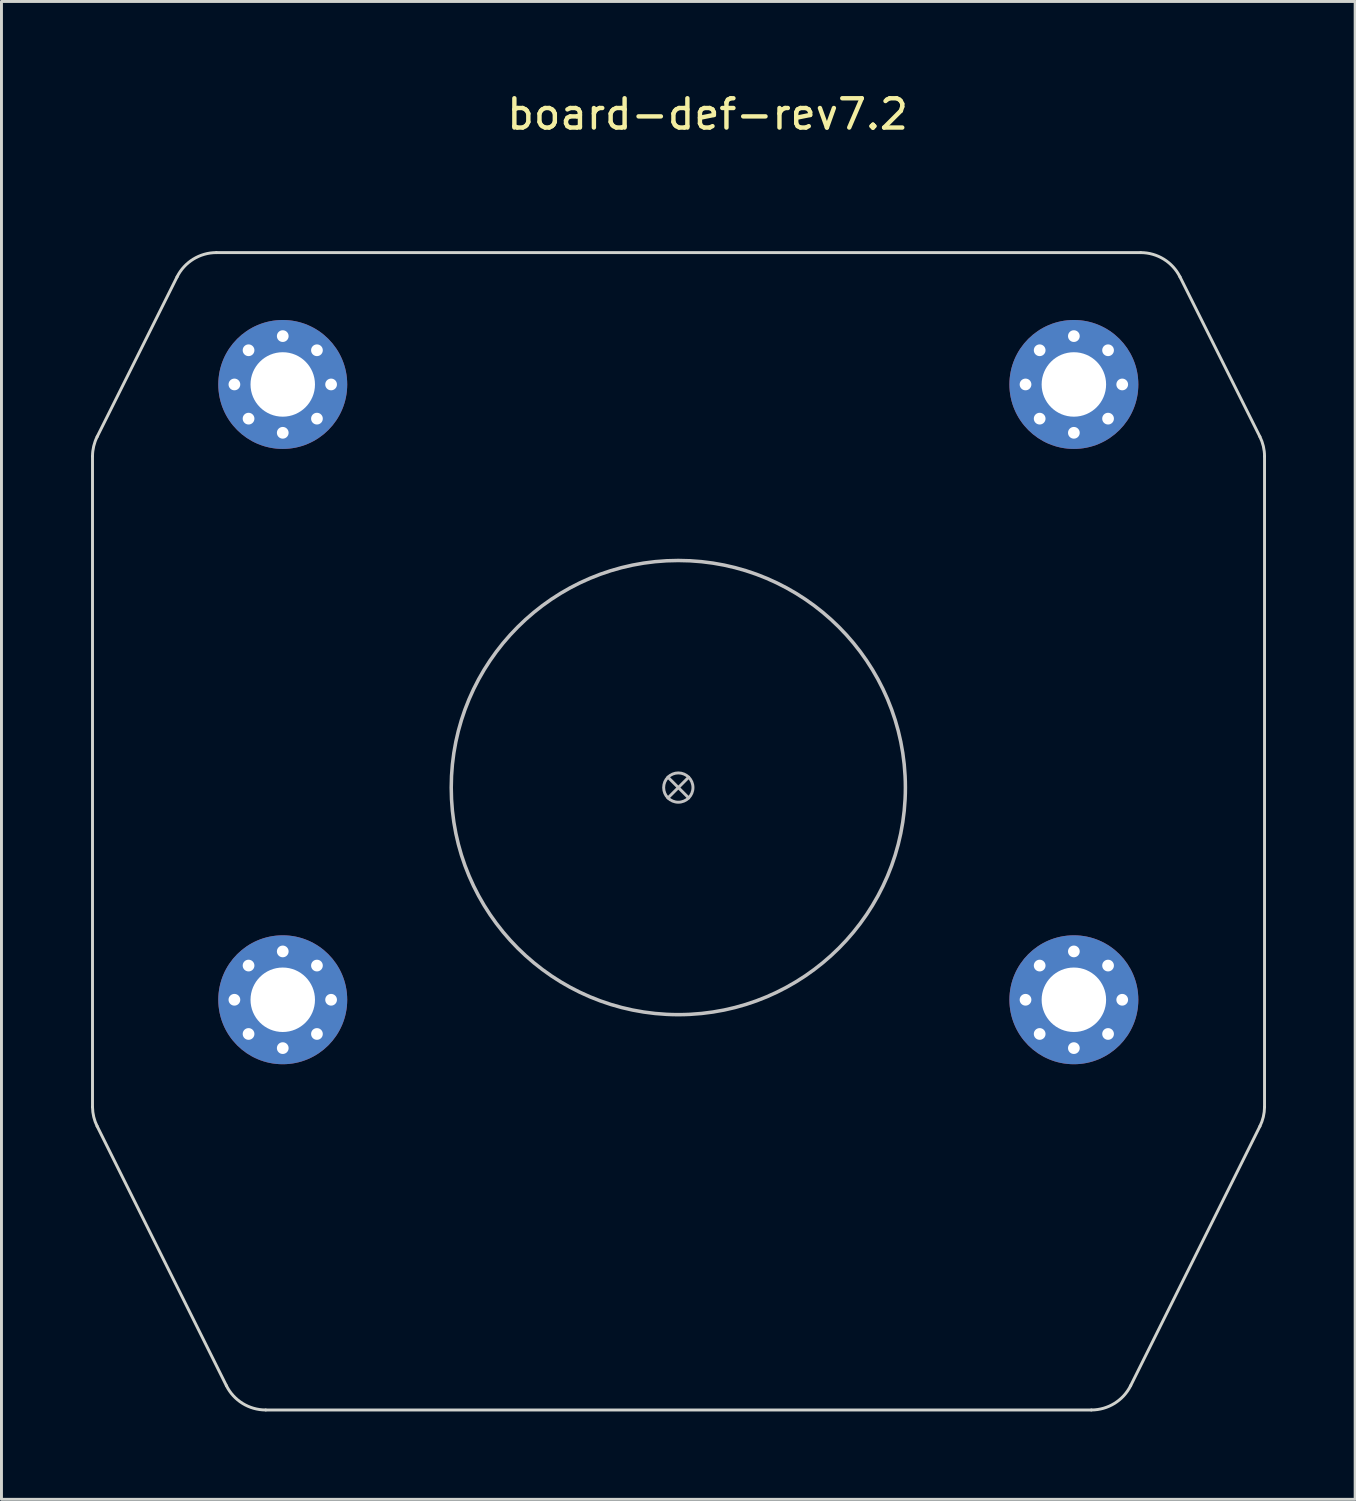
<source format=kicad_pcb>
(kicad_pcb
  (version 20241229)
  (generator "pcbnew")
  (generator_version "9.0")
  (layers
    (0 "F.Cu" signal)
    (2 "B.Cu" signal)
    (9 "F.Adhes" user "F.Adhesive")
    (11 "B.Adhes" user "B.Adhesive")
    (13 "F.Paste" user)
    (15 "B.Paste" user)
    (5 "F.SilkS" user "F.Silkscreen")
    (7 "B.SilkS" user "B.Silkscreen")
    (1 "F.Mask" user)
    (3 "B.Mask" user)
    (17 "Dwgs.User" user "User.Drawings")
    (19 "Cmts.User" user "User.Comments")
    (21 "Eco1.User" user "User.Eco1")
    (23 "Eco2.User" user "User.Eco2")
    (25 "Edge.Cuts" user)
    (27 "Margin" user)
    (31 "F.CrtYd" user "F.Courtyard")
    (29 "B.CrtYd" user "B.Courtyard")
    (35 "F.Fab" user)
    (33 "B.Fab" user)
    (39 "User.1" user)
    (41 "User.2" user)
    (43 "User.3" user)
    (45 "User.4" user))
  (footprint "board-def-rev7.2"
    (layer "F.Cu")
    (at 20.1 20.348)
    (property "Reference" "board-def-rev7.2" (at 1 -19.5 0) (unlocked yes) (layer "F.SilkS") (effects (font (size 1 1) (thickness 0.15))))
    (fp_line (start -20 11.204) (end -20 -7.823) (stroke (width 0.2) (type solid)) (layer "B.Mask"))
    (fp_line (start -20 -7.856) (end -16.495 -8.559) (stroke (width 0.2) (type solid)) (layer "B.Mask"))
    (fp_line (start -15.231 12.161) (end -20 11.204) (stroke (width 0.2) (type solid)) (layer "B.Mask"))
    (fp_line (start 15.231 12.161) (end 20 11.204) (stroke (width 0.2) (type solid)) (layer "B.Mask"))
    (fp_line (start 20 -7.856) (end 16.495 -8.559) (stroke (width 0.2) (type solid)) (layer "B.Mask"))
    (fp_line (start 20 11.204) (end 20 -7.823) (stroke (width 0.2) (type solid)) (layer "B.Mask"))
    (fp_arc (start -15.504768 -9.255448) (mid -15.926354 -8.802664) (end -16.494817 -8.558538) (stroke (width 0.2) (type solid)) (layer "B.Mask"))
    (fp_arc (start -15.504768 -9.255448) (mid -13.434456 -12.525967) (end -11.558123 -9.140431) (stroke (width 0.2) (type solid)) (layer "B.Mask"))
    (fp_arc (start -12.371274 8.780971) (mid -11.445075 9.823387) (end -11.31099 11.21137) (stroke (width 0.2) (type solid)) (layer "B.Mask"))
    (fp_arc (start -12.363907 8.780969) (mid -11.784117 12.178497) (end -15.230714 12.160831) (stroke (width 0.2) (type solid)) (layer "B.Mask"))
    (fp_arc (start -12.363907 8.780969) (mid -10.480462 -2.821998) (end -0.000001 -8.145168) (stroke (width 0.2) (type solid)) (layer "B.Mask"))
    (fp_arc (start -9.418665 -8.688178) (mid -10.586236 -8.451445) (end -11.558123 -9.140431) (stroke (width 0.2) (type solid)) (layer "B.Mask"))
    (fp_arc (start -9.418665 -8.688178) (mid -4.935967 -10.888551) (end -0.000001 -11.645168) (stroke (width 0.2) (type solid)) (layer "B.Mask"))
    (fp_arc (start -0.000001 -11.645168) (mid 4.935965 -10.888551) (end 9.418663 -8.688178) (stroke (width 0.2) (type solid)) (layer "B.Mask"))
    (fp_arc (start -0.000001 -8.145168) (mid 10.48046 -2.821998) (end 12.363905 8.780969) (stroke (width 0.2) (type solid)) (layer "B.Mask"))
    (fp_arc (start 11.558121 -9.140431) (mid 10.586235 -8.451445) (end 9.418663 -8.688178) (stroke (width 0.2) (type solid)) (layer "B.Mask"))
    (fp_arc (start 11.558121 -9.140431) (mid 13.434455 -12.525968) (end 15.504766 -9.255448) (stroke (width 0.2) (type solid)) (layer "B.Mask"))
    (fp_arc (start 15.230712 12.160831) (mid 11.784115 12.178496) (end 12.363905 8.780969) (stroke (width 0.2) (type solid)) (layer "B.Mask"))
    (fp_arc (start 16.494815 -8.558538) (mid 15.926353 -8.802665) (end 15.504766 -9.255448) (stroke (width 0.2) (type solid)) (layer "B.Mask"))
    (fp_poly (pts (xy -20 11.204) (xy -15.231 12.161) (xy -12.371 8.781) (xy -12.9 6.8) (xy -13 4) (xy -12.5 1.3) (xy -11.5 -1.2) (xy -10.3 -3) (xy -8.8 -4.7) (xy -6.6 -6.4) (xy -4.4 -7.4) (xy -2.1 -8) (xy 0.2 -8.1) (xy 1.9 -8) (xy 3.8 -7.6) (xy 5.7 -6.8) (xy 7.9 -5.5) (xy 10 -3.5) (xy 11.4 -1.3) (xy 12.5 1.1) (xy 12.9 3.7) (xy 13 5.8) (xy 12.7 7.4) (xy 12.364 8.781) (xy 15.231 12.161) (xy 20 11.204) (xy 20 -7.823) (xy 16.495 -8.559) (xy 15.8 -8.9) (xy 15.505 -9.255) (xy 11.558 -9.14) (xy 11.3 -8.8) (xy 10.586 -8.451) (xy 9.8 -8.5) (xy 8.6 -9.2) (xy 6.2 -10.4) (xy 3.5 -11.2) (xy 0.4 -11.6) (xy -2.2 -11.5) (xy -4.6 -11) (xy -7.6 -9.8) (xy -9.2 -8.8) (xy -10.1 -8.4) (xy -10.9 -8.5) (xy -11.558 -9.14) (xy -15.505 -9.255) (xy -15.926 -8.803) (xy -16.9 -8.5) (xy -20 -7.856)) (stroke (width 0.1) (type solid)) (fill yes) (layer "B.Mask"))
    (fp_line (start -13.854 -10.63) (end -13.146 -9.923) (stroke (width 0.1) (type solid)) (layer "Dwgs.User"))
    (fp_line (start -13.854 10.37) (end -13.146 11.077) (stroke (width 0.1) (type solid)) (layer "Dwgs.User"))
    (fp_line (start -13.146 -10.63) (end -13.854 -9.923) (stroke (width 0.1) (type solid)) (layer "Dwgs.User"))
    (fp_line (start -13.146 10.37) (end -13.854 11.077) (stroke (width 0.1) (type solid)) (layer "Dwgs.User"))
    (fp_line (start -0.354 3.127) (end 0.354 3.835) (stroke (width 0.1) (type solid)) (layer "Dwgs.User"))
    (fp_line (start -0.354 3.835) (end 0.354 3.127) (stroke (width 0.1) (type solid)) (layer "Dwgs.User"))
    (fp_line (start 13.146 -10.63) (end 13.854 -9.923) (stroke (width 0.1) (type solid)) (layer "Dwgs.User"))
    (fp_line (start 13.146 10.37) (end 13.854 11.077) (stroke (width 0.1) (type solid)) (layer "Dwgs.User"))
    (fp_line (start 13.854 -10.63) (end 13.146 -9.923) (stroke (width 0.1) (type solid)) (layer "Dwgs.User"))
    (fp_line (start 13.854 10.37) (end 13.146 11.077) (stroke (width 0.1) (type solid)) (layer "Dwgs.User"))
    (fp_circle (center -13.5 -10.277) (end -13 -10.277) (stroke (width 0.1) (type solid)) (fill no) (layer "Dwgs.User"))
    (fp_circle (center -13.5 10.723) (end -13 10.723) (stroke (width 0.1) (type solid)) (fill no) (layer "Dwgs.User"))
    (fp_circle (center -0.000001 3.481) (end 0.5 3.481) (stroke (width 0.1) (type solid)) (fill no) (layer "Dwgs.User"))
    (fp_circle (center 0 3.481) (end 7.75 3.481) (stroke (width 0.12) (type solid)) (fill no) (layer "Dwgs.User"))
    (fp_circle (center 13.5 -10.277) (end 14 -10.277) (stroke (width 0.1) (type solid)) (fill no) (layer "Dwgs.User"))
    (fp_circle (center 13.5 10.723) (end 14 10.723) (stroke (width 0.1) (type solid)) (fill no) (layer "Dwgs.User"))
    (fp_line (start -19.993 14.384) (end -19.993 -7.823) (stroke (width 0.1) (type solid)) (layer "Edge.Cuts"))
    (fp_line (start -19.835 15.039) (end -15.424 23.892) (stroke (width 0.1) (type solid)) (layer "Edge.Cuts"))
    (fp_line (start -19.834 -8.494) (end -17.107 -13.948) (stroke (width 0.1) (type solid)) (layer "Edge.Cuts"))
    (fp_line (start 14.097 24.723) (end -14.082 24.723) (stroke (width 0.1) (type solid)) (layer "Edge.Cuts"))
    (fp_line (start 15.78 -14.777) (end -15.766 -14.777) (stroke (width 0.1) (type solid)) (layer "Edge.Cuts"))
    (fp_line (start 19.849 -8.494) (end 17.122 -13.948) (stroke (width 0.1) (type solid)) (layer "Edge.Cuts"))
    (fp_line (start 19.85 15.039) (end 15.439 23.892) (stroke (width 0.1) (type solid)) (layer "Edge.Cuts"))
    (fp_line (start 20.007 14.384) (end 20.007 -7.823) (stroke (width 0.1) (type solid)) (layer "Edge.Cuts"))
    (fp_arc (start -19.992633 -7.822813) (mid -19.952509 -8.167446) (end -19.834268 -8.493638) (stroke (width 0.1) (type solid)) (layer "Edge.Cuts"))
    (fp_arc (start -19.835295 15.03887) (mid -19.951189 14.720384) (end -19.992635 14.384011) (stroke (width 0.1) (type solid)) (layer "Edge.Cuts"))
    (fp_arc (start -17.107215 -13.947739) (mid -16.554183 -14.552913) (end -15.765575 -14.776917) (stroke (width 0.1) (type solid)) (layer "Edge.Cuts"))
    (fp_arc (start -14.081896 24.723068) (mid -14.871403 24.498486) (end -15.424491 23.891977) (stroke (width 0.1) (type solid)) (layer "Edge.Cuts"))
    (fp_arc (start 15.439218 23.89198) (mid 14.886126 24.498481) (end 14.096624 24.723071) (stroke (width 0.1) (type solid)) (layer "Edge.Cuts"))
    (fp_arc (start 15.780309 -14.776914) (mid 16.568898 -14.552881) (end 17.121949 -13.947736) (stroke (width 0.1) (type solid)) (layer "Edge.Cuts"))
    (fp_arc (start 19.849001 -8.493635) (mid 19.967238 -8.167426) (end 20.007366 -7.822779) (stroke (width 0.1) (type solid)) (layer "Edge.Cuts"))
    (fp_arc (start 20.007364 14.384014) (mid 19.965922 14.720388) (end 19.850025 15.038873) (stroke (width 0.1) (type solid)) (layer "Edge.Cuts"))
    (pad "1" thru_hole circle (at -15.15 -10.277) (size 0.7 0.7) (drill 0.4) (layers "*.Cu" "*.Mask"))
    (pad "1" thru_hole circle (at -15.15 10.723) (size 0.7 0.7) (drill 0.4) (layers "*.Cu" "*.Mask"))
    (pad "1" thru_hole circle (at -14.667 -11.444) (size 0.7 0.7) (drill 0.4) (layers "*.Cu" "*.Mask"))
    (pad "1" thru_hole circle (at -14.667 -9.11) (size 0.7 0.7) (drill 0.4) (layers "*.Cu" "*.Mask"))
    (pad "1" thru_hole circle (at -14.667 9.556) (size 0.7 0.7) (drill 0.4) (layers "*.Cu" "*.Mask"))
    (pad "1" thru_hole circle (at -14.667 11.89) (size 0.7 0.7) (drill 0.4) (layers "*.Cu" "*.Mask"))
    (pad "1" thru_hole circle (at -13.5 -11.927) (size 0.7 0.7) (drill 0.4) (layers "*.Cu" "*.Mask"))
    (pad "1" thru_hole circle (at -13.5 -10.277) (size 4.4 4.4) (drill 2.2) (layers "*.Cu" "*.Mask"))
    (pad "1" thru_hole circle (at -13.5 -8.627) (size 0.7 0.7) (drill 0.4) (layers "*.Cu" "*.Mask"))
    (pad "1" thru_hole circle (at -13.5 9.073) (size 0.7 0.7) (drill 0.4) (layers "*.Cu" "*.Mask"))
    (pad "1" thru_hole circle (at -13.5 10.723) (size 4.4 4.4) (drill 2.2) (layers "*.Cu" "*.Mask"))
    (pad "1" thru_hole circle (at -13.5 12.373) (size 0.7 0.7) (drill 0.4) (layers "*.Cu" "*.Mask"))
    (pad "1" thru_hole circle (at -12.333 -11.444) (size 0.7 0.7) (drill 0.4) (layers "*.Cu" "*.Mask"))
    (pad "1" thru_hole circle (at -12.333 -9.11) (size 0.7 0.7) (drill 0.4) (layers "*.Cu" "*.Mask"))
    (pad "1" thru_hole circle (at -12.333 9.556) (size 0.7 0.7) (drill 0.4) (layers "*.Cu" "*.Mask"))
    (pad "1" thru_hole circle (at -12.333 11.89) (size 0.7 0.7) (drill 0.4) (layers "*.Cu" "*.Mask"))
    (pad "1" thru_hole circle (at -11.85 -10.277) (size 0.7 0.7) (drill 0.4) (layers "*.Cu" "*.Mask"))
    (pad "1" thru_hole circle (at -11.85 10.723) (size 0.7 0.7) (drill 0.4) (layers "*.Cu" "*.Mask"))
    (pad "1" thru_hole circle (at 11.85 -10.277) (size 0.7 0.7) (drill 0.4) (layers "*.Cu" "*.Mask"))
    (pad "1" thru_hole circle (at 11.85 10.723) (size 0.7 0.7) (drill 0.4) (layers "*.Cu" "*.Mask"))
    (pad "1" thru_hole circle (at 12.333 -11.444) (size 0.7 0.7) (drill 0.4) (layers "*.Cu" "*.Mask"))
    (pad "1" thru_hole circle (at 12.333 -9.11) (size 0.7 0.7) (drill 0.4) (layers "*.Cu" "*.Mask"))
    (pad "1" thru_hole circle (at 12.333 9.556) (size 0.7 0.7) (drill 0.4) (layers "*.Cu" "*.Mask"))
    (pad "1" thru_hole circle (at 12.333 11.89) (size 0.7 0.7) (drill 0.4) (layers "*.Cu" "*.Mask"))
    (pad "1" thru_hole circle (at 13.5 -11.927) (size 0.7 0.7) (drill 0.4) (layers "*.Cu" "*.Mask"))
    (pad "1" thru_hole circle (at 13.5 -10.277) (size 4.4 4.4) (drill 2.2) (layers "*.Cu" "*.Mask"))
    (pad "1" thru_hole circle (at 13.5 -8.627) (size 0.7 0.7) (drill 0.4) (layers "*.Cu" "*.Mask"))
    (pad "1" thru_hole circle (at 13.5 9.073) (size 0.7 0.7) (drill 0.4) (layers "*.Cu" "*.Mask"))
    (pad "1" thru_hole circle (at 13.5 10.723) (size 4.4 4.4) (drill 2.2) (layers "*.Cu" "*.Mask"))
    (pad "1" thru_hole circle (at 13.5 12.373) (size 0.7 0.7) (drill 0.4) (layers "*.Cu" "*.Mask"))
    (pad "1" thru_hole circle (at 14.667 -11.444) (size 0.7 0.7) (drill 0.4) (layers "*.Cu" "*.Mask"))
    (pad "1" thru_hole circle (at 14.667 -9.11) (size 0.7 0.7) (drill 0.4) (layers "*.Cu" "*.Mask"))
    (pad "1" thru_hole circle (at 14.667 9.556) (size 0.7 0.7) (drill 0.4) (layers "*.Cu" "*.Mask"))
    (pad "1" thru_hole circle (at 14.667 11.89) (size 0.7 0.7) (drill 0.4) (layers "*.Cu" "*.Mask"))
    (pad "1" thru_hole circle (at 15.15 -10.277) (size 0.7 0.7) (drill 0.4) (layers "*.Cu" "*.Mask"))
    (pad "1" thru_hole circle (at 15.15 10.723) (size 0.7 0.7) (drill 0.4) (layers "*.Cu" "*.Mask")))
  (gr_rect
    (start -3 -3)
    (end 43.2 48.121)
    (stroke (width 0.1) (type default))
    (fill no)
    (layer "Edge.Cuts")))
</source>
